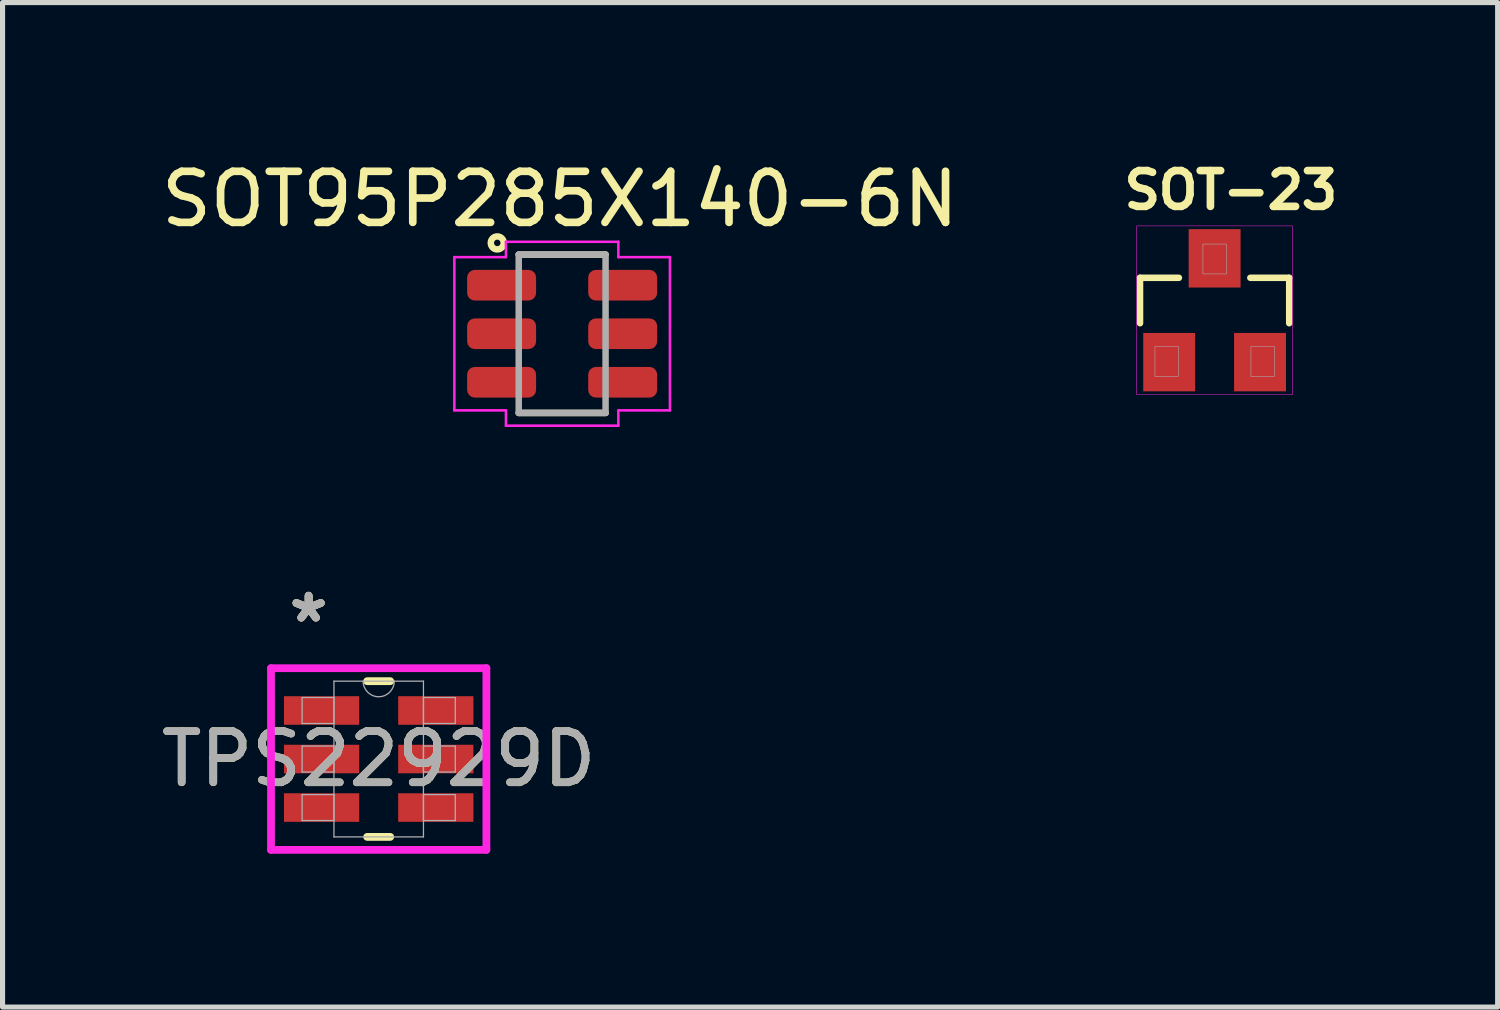
<source format=kicad_pcb>
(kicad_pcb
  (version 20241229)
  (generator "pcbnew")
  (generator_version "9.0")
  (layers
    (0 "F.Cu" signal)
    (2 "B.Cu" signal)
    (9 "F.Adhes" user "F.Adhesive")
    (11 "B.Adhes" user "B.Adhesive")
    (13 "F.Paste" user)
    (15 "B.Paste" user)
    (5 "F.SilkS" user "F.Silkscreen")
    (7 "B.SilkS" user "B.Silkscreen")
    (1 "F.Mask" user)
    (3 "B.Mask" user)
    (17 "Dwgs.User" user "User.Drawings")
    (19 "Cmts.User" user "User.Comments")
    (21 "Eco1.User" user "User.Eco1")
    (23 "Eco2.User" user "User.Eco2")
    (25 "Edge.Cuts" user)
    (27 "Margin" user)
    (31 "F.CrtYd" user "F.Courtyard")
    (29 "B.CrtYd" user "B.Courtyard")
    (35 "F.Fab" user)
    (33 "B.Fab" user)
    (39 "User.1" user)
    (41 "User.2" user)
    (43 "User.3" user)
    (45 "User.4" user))
  (footprint "SOT-23"
    (layer "F.Cu")
    (at 20.726 3.023)
    (property "Reference" "SOT-23" (at 0.318 -2.35 0) (layer "F.SilkS") (effects (font (size 0.7 0.7) (thickness 0.15))))
    (attr smd)
    (fp_line (start -1.46 -0.635) (end -1.46 0.254) (stroke (width 0.127) (type solid)) (layer "F.SilkS"))
    (fp_line (start -0.699 -0.635) (end -1.46 -0.635) (stroke (width 0.127) (type solid)) (layer "F.SilkS"))
    (fp_line (start 1.46 -0.635) (end 0.699 -0.635) (stroke (width 0.127) (type solid)) (layer "F.SilkS"))
    (fp_line (start 1.46 0.254) (end 1.46 -0.635) (stroke (width 0.127) (type solid)) (layer "F.SilkS"))
    (fp_poly (pts (xy -1.526 -1.651) (xy 1.524 -1.651) (xy 1.524 1.653) (xy -1.526 1.653)) (stroke (width 0.01) (type solid)) (fill no) (layer "F.CrtYd"))
    (fp_poly (pts (xy -1.168 0.711) (xy -0.711 0.711) (xy -0.711 1.295) (xy -1.168 1.295)) (stroke (width 0.01) (type solid)) (fill no) (layer "F.Fab"))
    (fp_poly (pts (xy -0.229 -1.295) (xy 0.229 -1.295) (xy 0.229 -0.711) (xy -0.229 -0.711)) (stroke (width 0.01) (type solid)) (fill no) (layer "F.Fab"))
    (fp_poly (pts (xy 0.711 0.711) (xy 1.168 0.711) (xy 1.168 1.296) (xy 0.711 1.296)) (stroke (width 0.01) (type solid)) (fill no) (layer "F.Fab"))
    (pad "1" smd rect (at -0.889 1.016) (size 1.016 1.143) (layers "F.Cu" "F.Mask" "F.Paste"))
    (pad "2" smd rect (at 0.889 1.016) (size 1.016 1.143) (layers "F.Cu" "F.Mask" "F.Paste"))
    (pad "3" smd rect (at 0 -1.016) (size 1.016 1.143) (layers "F.Cu" "F.Mask" "F.Paste")))
  (footprint "TPS22929D"
    (layer "F.Cu")
    (at 4.363 11.808)
    (property "Reference" "TPS22929D" (at 0 0 0) (unlocked yes) (layer "F.SilkS") (effects (font (size 1 1) (thickness 0.15))))
    (attr smd)
    (fp_line (start -0.226 1.524) (end 0.226 1.524) (stroke (width 0.152) (type solid)) (layer "F.SilkS"))
    (fp_line (start 0.226 -1.524) (end -0.226 -1.524) (stroke (width 0.152) (type solid)) (layer "F.SilkS"))
    (fp_line (start -2.108 -1.778) (end 2.108 -1.778) (stroke (width 0.152) (type solid)) (layer "F.CrtYd"))
    (fp_line (start -2.108 1.778) (end -2.108 -1.778) (stroke (width 0.152) (type solid)) (layer "F.CrtYd"))
    (fp_line (start 2.108 -1.778) (end 2.108 1.778) (stroke (width 0.152) (type solid)) (layer "F.CrtYd"))
    (fp_line (start 2.108 1.778) (end -2.108 1.778) (stroke (width 0.152) (type solid)) (layer "F.CrtYd"))
    (fp_line (start -1.499 -1.204) (end -1.499 -0.696) (stroke (width 0.025) (type solid)) (layer "F.Fab"))
    (fp_line (start -1.499 -0.696) (end -0.876 -0.696) (stroke (width 0.025) (type solid)) (layer "F.Fab"))
    (fp_line (start -1.499 -0.254) (end -1.499 0.254) (stroke (width 0.025) (type solid)) (layer "F.Fab"))
    (fp_line (start -1.499 0.254) (end -0.876 0.254) (stroke (width 0.025) (type solid)) (layer "F.Fab"))
    (fp_line (start -1.499 0.696) (end -1.499 1.204) (stroke (width 0.025) (type solid)) (layer "F.Fab"))
    (fp_line (start -1.499 1.204) (end -0.876 1.204) (stroke (width 0.025) (type solid)) (layer "F.Fab"))
    (fp_line (start -0.876 -1.524) (end -0.876 1.524) (stroke (width 0.025) (type solid)) (layer "F.Fab"))
    (fp_line (start -0.876 -1.204) (end -1.499 -1.204) (stroke (width 0.025) (type solid)) (layer "F.Fab"))
    (fp_line (start -0.876 -0.696) (end -0.876 -1.204) (stroke (width 0.025) (type solid)) (layer "F.Fab"))
    (fp_line (start -0.876 -0.254) (end -1.499 -0.254) (stroke (width 0.025) (type solid)) (layer "F.Fab"))
    (fp_line (start -0.876 0.254) (end -0.876 -0.254) (stroke (width 0.025) (type solid)) (layer "F.Fab"))
    (fp_line (start -0.876 0.696) (end -1.499 0.696) (stroke (width 0.025) (type solid)) (layer "F.Fab"))
    (fp_line (start -0.876 1.204) (end -0.876 0.696) (stroke (width 0.025) (type solid)) (layer "F.Fab"))
    (fp_line (start -0.876 1.524) (end 0.876 1.524) (stroke (width 0.025) (type solid)) (layer "F.Fab"))
    (fp_line (start 0.876 -1.524) (end -0.876 -1.524) (stroke (width 0.025) (type solid)) (layer "F.Fab"))
    (fp_line (start 0.876 -1.204) (end 0.876 -0.696) (stroke (width 0.025) (type solid)) (layer "F.Fab"))
    (fp_line (start 0.876 -0.696) (end 1.499 -0.696) (stroke (width 0.025) (type solid)) (layer "F.Fab"))
    (fp_line (start 0.876 -0.254) (end 0.876 0.254) (stroke (width 0.025) (type solid)) (layer "F.Fab"))
    (fp_line (start 0.876 0.254) (end 1.499 0.254) (stroke (width 0.025) (type solid)) (layer "F.Fab"))
    (fp_line (start 0.876 0.696) (end 0.876 1.204) (stroke (width 0.025) (type solid)) (layer "F.Fab"))
    (fp_line (start 0.876 1.204) (end 1.499 1.204) (stroke (width 0.025) (type solid)) (layer "F.Fab"))
    (fp_line (start 0.876 1.524) (end 0.876 -1.524) (stroke (width 0.025) (type solid)) (layer "F.Fab"))
    (fp_line (start 1.499 -1.204) (end 0.876 -1.204) (stroke (width 0.025) (type solid)) (layer "F.Fab"))
    (fp_line (start 1.499 -0.696) (end 1.499 -1.204) (stroke (width 0.025) (type solid)) (layer "F.Fab"))
    (fp_line (start 1.499 -0.254) (end 0.876 -0.254) (stroke (width 0.025) (type solid)) (layer "F.Fab"))
    (fp_line (start 1.499 0.254) (end 1.499 -0.254) (stroke (width 0.025) (type solid)) (layer "F.Fab"))
    (fp_line (start 1.499 0.696) (end 0.876 0.696) (stroke (width 0.025) (type solid)) (layer "F.Fab"))
    (fp_line (start 1.499 1.204) (end 1.499 0.696) (stroke (width 0.025) (type solid)) (layer "F.Fab"))
    (fp_arc (start 0.3048 -1.524) (mid 0 -1.2192) (end -0.3048 -1.524) (stroke (width 0.0254) (type solid)) (layer "F.Fab"))
    (fp_text user "*" (at -1.372 -2.652 0) (unlocked yes) (layer "F.SilkS") (effects (font (size 1 1) (thickness 0.15))))
    (fp_text user "*" (at -1.372 -2.652 0) (layer "F.SilkS") (effects (font (size 1 1) (thickness 0.15))))
    (fp_text user "*" (at -1.372 -2.652 0) (layer "F.Fab") (effects (font (size 1 1) (thickness 0.15))))
    (fp_text user "${REFERENCE}" (at 0 0 0) (unlocked yes) (layer "F.Fab") (effects (font (size 1 1) (thickness 0.15))))
    (fp_text user "*" (at -1.372 -2.652 0) (unlocked yes) (layer "F.Fab") (effects (font (size 1 1) (thickness 0.15))))
    (pad "1" smd rect (at -1.118 -0.95) (size 1.473 0.559) (layers "F.Cu" "F.Mask" "F.Paste"))
    (pad "2" smd rect (at -1.118 0) (size 1.473 0.559) (layers "F.Cu" "F.Mask" "F.Paste"))
    (pad "3" smd rect (at -1.118 0.95) (size 1.473 0.559) (layers "F.Cu" "F.Mask" "F.Paste"))
    (pad "4" smd rect (at 1.118 0.95) (size 1.473 0.559) (layers "F.Cu" "F.Mask" "F.Paste"))
    (pad "5" smd rect (at 1.118 0) (size 1.473 0.559) (layers "F.Cu" "F.Mask" "F.Paste"))
    (pad "6" smd rect (at 1.118 -0.95) (size 1.473 0.559) (layers "F.Cu" "F.Mask" "F.Paste")))
  (footprint "SOT95P285X140-6N"
    (layer "F.Cu")
    (at 7.954 3.483)
    (property "Reference" "SOT95P285X140-6N" (at -0.043 -2.635 0) (layer "F.SilkS") (effects (font (size 1 1) (thickness 0.15))))
    (attr smd)
    (fp_line (start -0.85 -1.55) (end 0.85 -1.55) (stroke (width 0.127) (type solid)) (layer "F.SilkS"))
    (fp_line (start -0.85 1.55) (end 0.85 1.55) (stroke (width 0.127) (type solid)) (layer "F.SilkS"))
    (fp_circle (center -1.27 -1.778) (end -1.143 -1.778) (stroke (width 0.127) (type solid)) (fill no) (layer "F.SilkS"))
    (fp_line (start -2.11 -1.5) (end -1.1 -1.5) (stroke (width 0.05) (type solid)) (layer "F.CrtYd"))
    (fp_line (start -2.11 1.5) (end -2.11 -1.5) (stroke (width 0.05) (type solid)) (layer "F.CrtYd"))
    (fp_line (start -1.1 -1.8) (end 1.1 -1.8) (stroke (width 0.05) (type solid)) (layer "F.CrtYd"))
    (fp_line (start -1.1 -1.5) (end -1.1 -1.8) (stroke (width 0.05) (type solid)) (layer "F.CrtYd"))
    (fp_line (start -1.1 1.5) (end -2.11 1.5) (stroke (width 0.05) (type solid)) (layer "F.CrtYd"))
    (fp_line (start -1.1 1.8) (end -1.1 1.5) (stroke (width 0.05) (type solid)) (layer "F.CrtYd"))
    (fp_line (start 1.1 -1.8) (end 1.1 -1.5) (stroke (width 0.05) (type solid)) (layer "F.CrtYd"))
    (fp_line (start 1.1 -1.5) (end 2.11 -1.5) (stroke (width 0.05) (type solid)) (layer "F.CrtYd"))
    (fp_line (start 1.1 1.5) (end 1.1 1.8) (stroke (width 0.05) (type solid)) (layer "F.CrtYd"))
    (fp_line (start 1.1 1.8) (end -1.1 1.8) (stroke (width 0.05) (type solid)) (layer "F.CrtYd"))
    (fp_line (start 2.11 -1.5) (end 2.11 1.5) (stroke (width 0.05) (type solid)) (layer "F.CrtYd"))
    (fp_line (start 2.11 1.5) (end 1.1 1.5) (stroke (width 0.05) (type solid)) (layer "F.CrtYd"))
    (fp_line (start -0.85 -1.55) (end -0.85 1.55) (stroke (width 0.127) (type solid)) (layer "F.Fab"))
    (fp_line (start -0.85 1.55) (end 0.85 1.55) (stroke (width 0.127) (type solid)) (layer "F.Fab"))
    (fp_line (start 0.85 -1.55) (end -0.85 -1.55) (stroke (width 0.127) (type solid)) (layer "F.Fab"))
    (fp_line (start 0.85 1.55) (end 0.85 -1.55) (stroke (width 0.127) (type solid)) (layer "F.Fab"))
    (pad "1" smd roundrect (at -1.185 -0.95) (size 1.35 0.6) (layers "F.Cu" "F.Mask" "F.Paste") (roundrect_rratio 0.25))
    (pad "2" smd roundrect (at -1.185 0) (size 1.35 0.6) (layers "F.Cu" "F.Mask" "F.Paste") (roundrect_rratio 0.25))
    (pad "3" smd roundrect (at -1.185 0.95) (size 1.35 0.6) (layers "F.Cu" "F.Mask" "F.Paste") (roundrect_rratio 0.25))
    (pad "4" smd roundrect (at 1.185 0.95) (size 1.35 0.6) (layers "F.Cu" "F.Mask" "F.Paste") (roundrect_rratio 0.25))
    (pad "5" smd roundrect (at 1.185 0) (size 1.35 0.6) (layers "F.Cu" "F.Mask" "F.Paste") (roundrect_rratio 0.25))
    (pad "6" smd roundrect (at 1.185 -0.95) (size 1.35 0.6) (layers "F.Cu" "F.Mask" "F.Paste") (roundrect_rratio 0.25)))
  (gr_rect
    (start -3 -3)
    (end 26.266 16.663)
    (stroke (width 0.1) (type default))
    (fill no)
    (layer "Edge.Cuts")))
</source>
